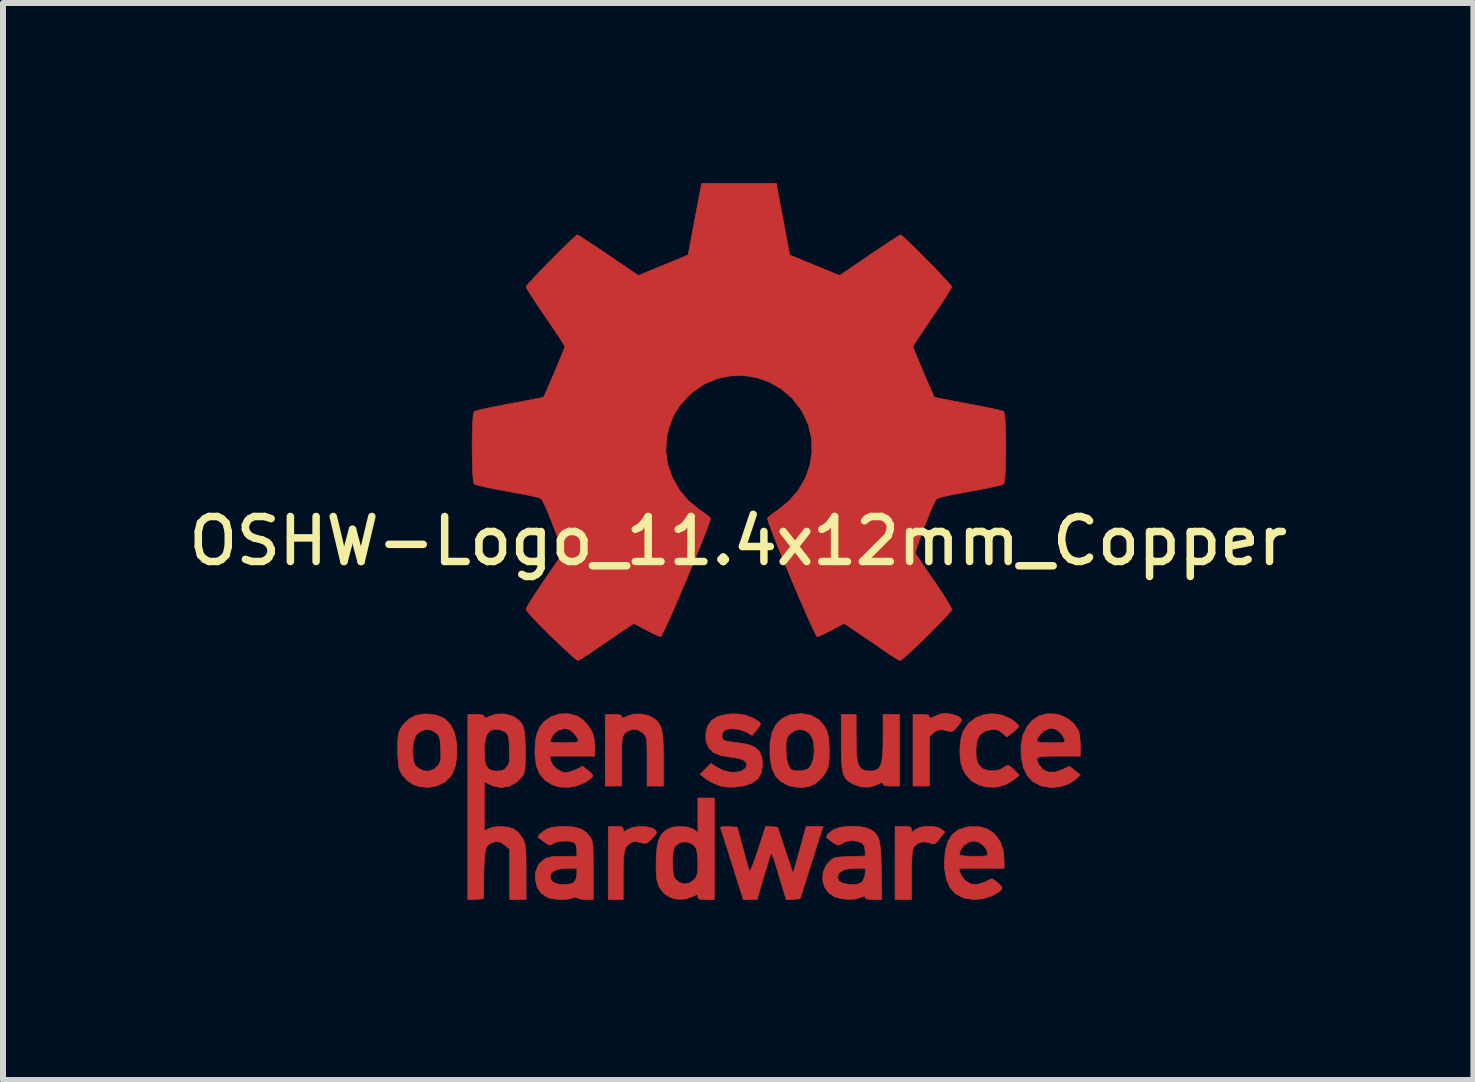
<source format=kicad_pcb>
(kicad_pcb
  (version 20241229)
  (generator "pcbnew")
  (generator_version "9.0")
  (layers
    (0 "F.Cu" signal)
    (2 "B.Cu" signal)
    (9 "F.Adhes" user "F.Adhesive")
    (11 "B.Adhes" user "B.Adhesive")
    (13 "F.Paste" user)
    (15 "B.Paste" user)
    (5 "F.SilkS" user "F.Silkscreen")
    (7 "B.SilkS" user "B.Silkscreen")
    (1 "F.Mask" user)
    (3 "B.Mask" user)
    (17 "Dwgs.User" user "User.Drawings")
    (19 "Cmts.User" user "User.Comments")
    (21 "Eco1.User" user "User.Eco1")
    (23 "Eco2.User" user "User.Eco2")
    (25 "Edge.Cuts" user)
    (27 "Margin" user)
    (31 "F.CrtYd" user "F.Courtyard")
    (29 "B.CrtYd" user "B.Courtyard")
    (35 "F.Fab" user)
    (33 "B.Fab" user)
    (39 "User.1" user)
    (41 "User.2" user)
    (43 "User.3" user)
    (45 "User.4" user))
  (footprint "OSHW-Logo_11.4x12mm_Copper"
    (layer "F.Cu")
    (at 9.255 5.969)
    (property "Reference" "OSHW-Logo_11.4x12mm_Copper" (at 0 0 0) (layer "F.SilkS") (effects (font (size 0.75 0.75) (thickness 0.125))))
    (attr exclude_from_pos_files exclude_from_bom)
    (fp_poly (pts (xy 3.564 2.887) (xy 3.649 2.914) (xy 3.704 2.947) (xy 3.722 2.973) (xy 3.717 3.004) (xy 3.685 3.053) (xy 3.658 3.087) (xy 3.602 3.149) (xy 3.56 3.176) (xy 3.524 3.174) (xy 3.418 3.147) (xy 3.34 3.148) (xy 3.277 3.179) (xy 3.256 3.197) (xy 3.187 3.26) (xy 3.187 4.084) (xy 2.914 4.084) (xy 2.914 2.889) (xy 3.05 2.889) (xy 3.133 2.892) (xy 3.175 2.903) (xy 3.187 2.926) (xy 3.187 2.927) (xy 3.193 2.95) (xy 3.22 2.947) (xy 3.256 2.93) (xy 3.331 2.898) (xy 3.392 2.879) (xy 3.471 2.874) (xy 3.564 2.887)) (stroke (width 0.01) (type solid)) (fill yes) (layer "F.Cu"))
    (fp_poly (pts (xy 3.238 4.756) (xy 3.334 4.775) (xy 3.389 4.803) (xy 3.446 4.849) (xy 3.364 4.952) (xy 3.314 5.014) (xy 3.28 5.045) (xy 3.246 5.05) (xy 3.196 5.035) (xy 3.173 5.026) (xy 3.078 5.014) (xy 2.991 5.04) (xy 2.927 5.101) (xy 2.917 5.12) (xy 2.905 5.171) (xy 2.897 5.266) (xy 2.891 5.396) (xy 2.889 5.556) (xy 2.889 5.579) (xy 2.889 5.976) (xy 2.615 5.976) (xy 2.615 4.756) (xy 2.752 4.756) (xy 2.831 4.758) (xy 2.872 4.768) (xy 2.887 4.788) (xy 2.889 4.808) (xy 2.889 4.859) (xy 2.954 4.808) (xy 3.029 4.773) (xy 3.131 4.755) (xy 3.238 4.756)) (stroke (width 0.01) (type solid)) (fill yes) (layer "F.Cu"))
    (fp_poly (pts (xy -1.967 4.759) (xy -1.93 4.77) (xy -1.918 4.795) (xy -1.917 4.806) (xy -1.915 4.837) (xy -1.9 4.841) (xy -1.86 4.82) (xy -1.837 4.806) (xy -1.761 4.775) (xy -1.672 4.76) (xy -1.577 4.758) (xy -1.489 4.77) (xy -1.417 4.792) (xy -1.372 4.824) (xy -1.363 4.865) (xy -1.367 4.875) (xy -1.4 4.921) (xy -1.452 4.976) (xy -1.461 4.985) (xy -1.51 5.026) (xy -1.552 5.04) (xy -1.611 5.03) (xy -1.635 5.024) (xy -1.708 5.009) (xy -1.76 5.016) (xy -1.804 5.039) (xy -1.844 5.071) (xy -1.874 5.111) (xy -1.894 5.166) (xy -1.907 5.245) (xy -1.914 5.355) (xy -1.917 5.503) (xy -1.917 5.592) (xy -1.917 5.976) (xy -2.166 5.976) (xy -2.166 4.756) (xy -2.042 4.756) (xy -1.967 4.759)) (stroke (width 0.01) (type solid)) (fill yes) (layer "F.Cu"))
    (fp_poly (pts (xy 1.967 3.276) (xy 1.97 3.459) (xy 1.978 3.598) (xy 1.995 3.698) (xy 2.023 3.766) (xy 2.065 3.808) (xy 2.121 3.828) (xy 2.191 3.833) (xy 2.265 3.827) (xy 2.321 3.806) (xy 2.361 3.763) (xy 2.389 3.694) (xy 2.405 3.591) (xy 2.413 3.451) (xy 2.415 3.276) (xy 2.415 2.889) (xy 2.689 2.889) (xy 2.689 4.084) (xy 2.552 4.084) (xy 2.47 4.081) (xy 2.427 4.069) (xy 2.415 4.047) (xy 2.408 4.027) (xy 2.38 4.031) (xy 2.322 4.059) (xy 2.191 4.102) (xy 2.051 4.099) (xy 1.918 4.052) (xy 1.854 4.015) (xy 1.806 3.975) (xy 1.77 3.924) (xy 1.746 3.857) (xy 1.73 3.765) (xy 1.722 3.642) (xy 1.719 3.481) (xy 1.718 3.356) (xy 1.718 2.889) (xy 1.967 2.889) (xy 1.967 3.276)) (stroke (width 0.01) (type solid)) (fill yes) (layer "F.Cu"))
    (fp_poly (pts (xy -1.493 2.909) (xy -1.431 2.939) (xy -1.371 2.982) (xy -1.326 3.031) (xy -1.292 3.094) (xy -1.269 3.177) (xy -1.255 3.288) (xy -1.248 3.434) (xy -1.246 3.622) (xy -1.246 3.642) (xy -1.245 4.084) (xy -1.519 4.084) (xy -1.519 3.676) (xy -1.519 3.525) (xy -1.521 3.416) (xy -1.524 3.34) (xy -1.531 3.289) (xy -1.543 3.255) (xy -1.56 3.229) (xy -1.585 3.203) (xy -1.67 3.149) (xy -1.762 3.138) (xy -1.851 3.173) (xy -1.881 3.199) (xy -1.904 3.223) (xy -1.92 3.249) (xy -1.931 3.285) (xy -1.937 3.339) (xy -1.941 3.418) (xy -1.942 3.533) (xy -1.942 3.672) (xy -1.942 4.084) (xy -2.216 4.084) (xy -2.216 2.889) (xy -2.079 2.889) (xy -1.997 2.892) (xy -1.955 2.903) (xy -1.942 2.926) (xy -1.942 2.927) (xy -1.937 2.949) (xy -1.911 2.946) (xy -1.861 2.922) (xy -1.748 2.886) (xy -1.618 2.882) (xy -1.493 2.909)) (stroke (width 0.01) (type solid)) (fill yes) (layer "F.Cu"))
    (fp_poly (pts (xy 4.391 2.899) (xy 4.535 2.96) (xy 4.581 2.99) (xy 4.639 3.036) (xy 4.675 3.072) (xy 4.682 3.084) (xy 4.664 3.11) (xy 4.618 3.154) (xy 4.581 3.185) (xy 4.481 3.266) (xy 4.402 3.199) (xy 4.341 3.156) (xy 4.281 3.141) (xy 4.213 3.145) (xy 4.104 3.172) (xy 4.03 3.228) (xy 3.985 3.318) (xy 3.964 3.448) (xy 3.964 3.449) (xy 3.966 3.594) (xy 3.993 3.701) (xy 4.049 3.774) (xy 4.086 3.799) (xy 4.186 3.829) (xy 4.293 3.829) (xy 4.386 3.8) (xy 4.408 3.785) (xy 4.463 3.748) (xy 4.506 3.742) (xy 4.552 3.769) (xy 4.604 3.819) (xy 4.685 3.903) (xy 4.595 3.978) (xy 4.455 4.062) (xy 4.298 4.103) (xy 4.134 4.1) (xy 4.026 4.072) (xy 3.899 4.005) (xy 3.798 3.898) (xy 3.753 3.822) (xy 3.715 3.714) (xy 3.697 3.577) (xy 3.697 3.429) (xy 3.715 3.286) (xy 3.751 3.167) (xy 3.757 3.155) (xy 3.842 3.035) (xy 3.957 2.947) (xy 4.093 2.894) (xy 4.24 2.878) (xy 4.391 2.899)) (stroke (width 0.01) (type solid)) (fill yes) (layer "F.Cu"))
    (fp_poly (pts (xy 1.21 2.903) (xy 1.336 2.972) (xy 1.434 3.08) (xy 1.48 3.168) (xy 1.5 3.246) (xy 1.513 3.357) (xy 1.519 3.485) (xy 1.517 3.613) (xy 1.506 3.726) (xy 1.494 3.786) (xy 1.454 3.868) (xy 1.383 3.956) (xy 1.298 4.032) (xy 1.214 4.082) (xy 1.212 4.082) (xy 1.108 4.104) (xy 0.985 4.105) (xy 0.867 4.085) (xy 0.822 4.069) (xy 0.705 4.003) (xy 0.622 3.916) (xy 0.567 3.801) (xy 0.536 3.651) (xy 0.529 3.572) (xy 0.53 3.473) (xy 0.797 3.473) (xy 0.806 3.618) (xy 0.832 3.728) (xy 0.873 3.798) (xy 0.902 3.818) (xy 0.977 3.832) (xy 1.066 3.828) (xy 1.144 3.808) (xy 1.164 3.797) (xy 1.217 3.732) (xy 1.252 3.633) (xy 1.267 3.513) (xy 1.26 3.383) (xy 1.244 3.306) (xy 1.197 3.216) (xy 1.123 3.16) (xy 1.033 3.14) (xy 0.941 3.16) (xy 0.87 3.21) (xy 0.832 3.252) (xy 0.811 3.292) (xy 0.8 3.347) (xy 0.797 3.432) (xy 0.797 3.473) (xy 0.53 3.473) (xy 0.531 3.362) (xy 0.565 3.189) (xy 0.632 3.055) (xy 0.731 2.958) (xy 0.862 2.899) (xy 0.89 2.892) (xy 1.06 2.876) (xy 1.21 2.903)) (stroke (width 0.01) (type solid)) (fill yes) (layer "F.Cu"))
    (fp_poly (pts (xy 0.558 4.761) (xy 0.656 4.769) (xy 0.785 5.155) (xy 0.914 5.541) (xy 0.954 5.404) (xy 0.978 5.319) (xy 1.01 5.205) (xy 1.045 5.079) (xy 1.063 5.012) (xy 1.132 4.756) (xy 1.415 4.756) (xy 1.33 5.024) (xy 1.288 5.156) (xy 1.238 5.314) (xy 1.185 5.48) (xy 1.139 5.628) (xy 1.032 5.964) (xy 0.801 5.979) (xy 0.738 5.772) (xy 0.699 5.644) (xy 0.657 5.502) (xy 0.62 5.377) (xy 0.619 5.372) (xy 0.592 5.288) (xy 0.567 5.23) (xy 0.55 5.208) (xy 0.547 5.21) (xy 0.534 5.244) (xy 0.511 5.317) (xy 0.48 5.419) (xy 0.443 5.542) (xy 0.423 5.609) (xy 0.315 5.976) (xy 0.086 5.976) (xy -0.098 5.397) (xy -0.149 5.235) (xy -0.196 5.088) (xy -0.236 4.962) (xy -0.267 4.865) (xy -0.287 4.804) (xy -0.293 4.786) (xy -0.288 4.768) (xy -0.251 4.76) (xy -0.173 4.761) (xy -0.16 4.761) (xy -0.016 4.769) (xy 0.079 5.117) (xy 0.114 5.244) (xy 0.145 5.356) (xy 0.17 5.443) (xy 0.185 5.495) (xy 0.188 5.503) (xy 0.2 5.494) (xy 0.224 5.443) (xy 0.257 5.359) (xy 0.297 5.248) (xy 0.331 5.147) (xy 0.459 4.754) (xy 0.558 4.761)) (stroke (width 0.01) (type solid)) (fill yes) (layer "F.Cu"))
    (fp_poly (pts (xy -5.027 2.902) (xy -4.896 2.959) (xy -4.798 3.055) (xy -4.73 3.19) (xy -4.693 3.364) (xy -4.691 3.391) (xy -4.689 3.582) (xy -4.715 3.75) (xy -4.769 3.886) (xy -4.798 3.93) (xy -4.898 4.022) (xy -5.025 4.082) (xy -5.168 4.107) (xy -5.314 4.094) (xy -5.424 4.055) (xy -5.52 3.99) (xy -5.597 3.904) (xy -5.599 3.902) (xy -5.63 3.849) (xy -5.651 3.795) (xy -5.663 3.728) (xy -5.671 3.633) (xy -5.674 3.555) (xy -5.675 3.484) (xy -5.426 3.484) (xy -5.424 3.554) (xy -5.415 3.648) (xy -5.399 3.708) (xy -5.371 3.751) (xy -5.345 3.776) (xy -5.252 3.828) (xy -5.154 3.835) (xy -5.063 3.798) (xy -5.018 3.755) (xy -4.985 3.713) (xy -4.966 3.672) (xy -4.957 3.619) (xy -4.957 3.54) (xy -4.959 3.467) (xy -4.965 3.363) (xy -4.974 3.295) (xy -4.99 3.251) (xy -5.017 3.217) (xy -5.038 3.198) (xy -5.127 3.147) (xy -5.223 3.145) (xy -5.303 3.175) (xy -5.372 3.237) (xy -5.413 3.34) (xy -5.426 3.484) (xy -5.675 3.484) (xy -5.677 3.4) (xy -5.672 3.284) (xy -5.657 3.196) (xy -5.63 3.128) (xy -5.588 3.067) (xy -5.573 3.049) (xy -5.478 2.959) (xy -5.375 2.906) (xy -5.25 2.884) (xy -5.189 2.882) (xy -5.027 2.902)) (stroke (width 0.01) (type solid)) (fill yes) (layer "F.Cu"))
    (fp_poly (pts (xy -0.398 5.976) (xy -0.535 5.976) (xy -0.615 5.974) (xy -0.656 5.964) (xy -0.671 5.944) (xy -0.672 5.929) (xy -0.675 5.901) (xy -0.691 5.895) (xy -0.732 5.913) (xy -0.765 5.929) (xy -0.889 5.968) (xy -1.024 5.97) (xy -1.134 5.941) (xy -1.237 5.872) (xy -1.315 5.769) (xy -1.357 5.647) (xy -1.358 5.64) (xy -1.365 5.566) (xy -1.368 5.46) (xy -1.368 5.379) (xy -1.096 5.379) (xy -1.089 5.486) (xy -1.075 5.574) (xy -1.056 5.624) (xy -0.982 5.692) (xy -0.895 5.717) (xy -0.805 5.697) (xy -0.728 5.638) (xy -0.699 5.598) (xy -0.682 5.551) (xy -0.674 5.482) (xy -0.672 5.379) (xy -0.676 5.276) (xy -0.685 5.186) (xy -0.698 5.126) (xy -0.7 5.12) (xy -0.754 5.056) (xy -0.831 5.021) (xy -0.918 5.015) (xy -0.998 5.039) (xy -1.058 5.095) (xy -1.064 5.106) (xy -1.083 5.173) (xy -1.094 5.269) (xy -1.096 5.379) (xy -1.368 5.379) (xy -1.368 5.338) (xy -1.366 5.273) (xy -1.354 5.111) (xy -1.328 4.99) (xy -1.286 4.9) (xy -1.224 4.834) (xy -1.163 4.795) (xy -1.078 4.767) (xy -0.972 4.758) (xy -0.864 4.765) (xy -0.772 4.789) (xy -0.723 4.818) (xy -0.672 4.864) (xy -0.672 4.283) (xy -0.398 4.283) (xy -0.398 5.976)) (stroke (width 0.01) (type solid)) (fill yes) (layer "F.Cu"))
    (fp_poly (pts (xy 5.303 2.884) (xy 5.367 2.9) (xy 5.489 2.957) (xy 5.594 3.043) (xy 5.666 3.147) (xy 5.676 3.17) (xy 5.69 3.231) (xy 5.699 3.322) (xy 5.703 3.413) (xy 5.703 3.586) (xy 5.341 3.586) (xy 5.193 3.586) (xy 5.088 3.59) (xy 5.021 3.599) (xy 4.987 3.616) (xy 4.979 3.643) (xy 4.992 3.684) (xy 5.016 3.732) (xy 5.082 3.811) (xy 5.174 3.851) (xy 5.286 3.85) (xy 5.412 3.807) (xy 5.522 3.753) (xy 5.613 3.825) (xy 5.704 3.897) (xy 5.619 3.976) (xy 5.504 4.051) (xy 5.364 4.096) (xy 5.212 4.109) (xy 5.066 4.086) (xy 5.043 4.078) (xy 4.914 4.011) (xy 4.819 3.911) (xy 4.754 3.775) (xy 4.718 3.6) (xy 4.718 3.597) (xy 4.714 3.406) (xy 4.727 3.338) (xy 4.98 3.338) (xy 5.004 3.348) (xy 5.067 3.357) (xy 5.16 3.361) (xy 5.219 3.362) (xy 5.329 3.361) (xy 5.397 3.359) (xy 5.433 3.351) (xy 5.446 3.337) (xy 5.443 3.315) (xy 5.44 3.306) (xy 5.395 3.223) (xy 5.325 3.156) (xy 5.263 3.127) (xy 5.181 3.128) (xy 5.098 3.165) (xy 5.028 3.226) (xy 4.986 3.299) (xy 4.98 3.338) (xy 4.727 3.338) (xy 4.746 3.238) (xy 4.81 3.098) (xy 4.901 2.988) (xy 5.016 2.913) (xy 5.151 2.877) (xy 5.303 2.884)) (stroke (width 0.01) (type solid)) (fill yes) (layer "F.Cu"))
    (fp_poly (pts (xy 0.028 2.884) (xy 0.122 2.902) (xy 0.22 2.94) (xy 0.23 2.944) (xy 0.305 2.983) (xy 0.356 3.02) (xy 0.373 3.043) (xy 0.357 3.081) (xy 0.318 3.137) (xy 0.301 3.158) (xy 0.231 3.24) (xy 0.14 3.186) (xy 0.054 3.151) (xy -0.045 3.132) (xy -0.141 3.13) (xy -0.215 3.148) (xy -0.233 3.159) (xy -0.266 3.211) (xy -0.271 3.27) (xy -0.245 3.316) (xy -0.23 3.324) (xy -0.186 3.336) (xy -0.107 3.349) (xy -0.01 3.361) (xy 0.008 3.363) (xy 0.164 3.39) (xy 0.278 3.436) (xy 0.353 3.505) (xy 0.394 3.601) (xy 0.407 3.719) (xy 0.389 3.852) (xy 0.331 3.957) (xy 0.232 4.034) (xy 0.093 4.082) (xy -0.062 4.101) (xy -0.189 4.101) (xy -0.291 4.083) (xy -0.361 4.059) (xy -0.45 4.018) (xy -0.531 3.97) (xy -0.56 3.949) (xy -0.635 3.888) (xy -0.545 3.797) (xy -0.455 3.705) (xy -0.352 3.773) (xy -0.25 3.824) (xy -0.14 3.851) (xy -0.034 3.853) (xy 0.056 3.833) (xy 0.119 3.789) (xy 0.139 3.753) (xy 0.136 3.694) (xy 0.085 3.649) (xy -0.013 3.618) (xy -0.121 3.604) (xy -0.287 3.576) (xy -0.41 3.525) (xy -0.492 3.447) (xy -0.535 3.343) (xy -0.541 3.218) (xy -0.512 3.089) (xy -0.445 2.991) (xy -0.34 2.924) (xy -0.196 2.888) (xy -0.089 2.881) (xy 0.028 2.884)) (stroke (width 0.01) (type solid)) (fill yes) (layer "F.Cu"))
    (fp_poly (pts (xy 4.025 4.763) (xy 4.144 4.794) (xy 4.244 4.858) (xy 4.292 4.905) (xy 4.371 5.018) (xy 4.417 5.149) (xy 4.432 5.31) (xy 4.432 5.323) (xy 4.433 5.454) (xy 3.68 5.454) (xy 3.696 5.522) (xy 3.725 5.584) (xy 3.776 5.649) (xy 3.786 5.659) (xy 3.877 5.715) (xy 3.981 5.724) (xy 4.101 5.688) (xy 4.121 5.678) (xy 4.183 5.648) (xy 4.225 5.63) (xy 4.232 5.629) (xy 4.258 5.644) (xy 4.306 5.682) (xy 4.331 5.702) (xy 4.382 5.75) (xy 4.398 5.781) (xy 4.387 5.81) (xy 4.38 5.817) (xy 4.338 5.852) (xy 4.269 5.894) (xy 4.221 5.918) (xy 4.084 5.961) (xy 3.932 5.975) (xy 3.788 5.958) (xy 3.748 5.946) (xy 3.623 5.88) (xy 3.531 5.777) (xy 3.47 5.637) (xy 3.44 5.459) (xy 3.437 5.366) (xy 3.447 5.231) (xy 3.685 5.231) (xy 3.709 5.241) (xy 3.771 5.249) (xy 3.861 5.254) (xy 3.922 5.254) (xy 4.032 5.254) (xy 4.101 5.25) (xy 4.14 5.242) (xy 4.156 5.227) (xy 4.159 5.205) (xy 4.137 5.138) (xy 4.084 5.072) (xy 4.013 5.021) (xy 3.942 5) (xy 3.846 5.018) (xy 3.763 5.072) (xy 3.705 5.149) (xy 3.685 5.231) (xy 3.447 5.231) (xy 3.451 5.169) (xy 3.494 5.012) (xy 3.566 4.894) (xy 3.668 4.813) (xy 3.802 4.769) (xy 3.875 4.761) (xy 4.025 4.763)) (stroke (width 0.01) (type solid)) (fill yes) (layer "F.Cu"))
    (fp_poly (pts (xy -2.687 2.916) (xy -2.662 2.928) (xy -2.576 2.991) (xy -2.495 3.083) (xy -2.434 3.184) (xy -2.417 3.23) (xy -2.401 3.313) (xy -2.392 3.414) (xy -2.391 3.455) (xy -2.391 3.586) (xy -3.143 3.586) (xy -3.127 3.654) (xy -3.088 3.735) (xy -3.019 3.805) (xy -2.937 3.85) (xy -2.885 3.86) (xy -2.814 3.848) (xy -2.73 3.82) (xy -2.701 3.807) (xy -2.595 3.754) (xy -2.504 3.823) (xy -2.452 3.87) (xy -2.424 3.908) (xy -2.423 3.919) (xy -2.448 3.947) (xy -2.502 3.989) (xy -2.551 4.021) (xy -2.685 4.079) (xy -2.834 4.106) (xy -2.982 4.099) (xy -3.1 4.063) (xy -3.222 3.986) (xy -3.308 3.885) (xy -3.363 3.754) (xy -3.387 3.587) (xy -3.389 3.511) (xy -3.381 3.337) (xy -3.38 3.332) (xy -3.13 3.332) (xy -3.123 3.348) (xy -3.095 3.357) (xy -3.037 3.361) (xy -2.94 3.362) (xy -2.903 3.362) (xy -2.789 3.36) (xy -2.717 3.356) (xy -2.679 3.346) (xy -2.665 3.33) (xy -2.665 3.325) (xy -2.68 3.284) (xy -2.719 3.228) (xy -2.736 3.208) (xy -2.798 3.152) (xy -2.864 3.13) (xy -2.899 3.128) (xy -2.993 3.151) (xy -3.073 3.213) (xy -3.123 3.303) (xy -3.124 3.306) (xy -3.13 3.332) (xy -3.38 3.332) (xy -3.352 3.199) (xy -3.299 3.089) (xy -3.236 3.011) (xy -3.118 2.927) (xy -2.979 2.882) (xy -2.831 2.878) (xy -2.687 2.916)) (stroke (width 0.01) (type solid)) (fill yes) (layer "F.Cu"))
    (fp_poly (pts (xy 2.056 4.764) (xy 2.161 4.789) (xy 2.192 4.803) (xy 2.251 4.838) (xy 2.296 4.878) (xy 2.329 4.929) (xy 2.353 4.999) (xy 2.368 5.093) (xy 2.378 5.22) (xy 2.384 5.386) (xy 2.386 5.497) (xy 2.394 5.976) (xy 2.256 5.976) (xy 2.171 5.973) (xy 2.128 5.961) (xy 2.117 5.941) (xy 2.111 5.919) (xy 2.084 5.923) (xy 2.048 5.94) (xy 1.958 5.967) (xy 1.842 5.975) (xy 1.72 5.963) (xy 1.611 5.932) (xy 1.602 5.928) (xy 1.503 5.859) (xy 1.437 5.762) (xy 1.407 5.649) (xy 1.41 5.608) (xy 1.655 5.608) (xy 1.676 5.663) (xy 1.74 5.702) (xy 1.844 5.723) (xy 1.899 5.726) (xy 1.991 5.719) (xy 2.052 5.691) (xy 2.067 5.678) (xy 2.107 5.606) (xy 2.117 5.541) (xy 2.117 5.454) (xy 1.995 5.454) (xy 1.854 5.461) (xy 1.755 5.483) (xy 1.693 5.523) (xy 1.679 5.541) (xy 1.655 5.608) (xy 1.41 5.608) (xy 1.414 5.53) (xy 1.459 5.417) (xy 1.52 5.34) (xy 1.557 5.307) (xy 1.594 5.285) (xy 1.641 5.272) (xy 1.711 5.265) (xy 1.815 5.26) (xy 1.857 5.258) (xy 2.117 5.25) (xy 2.116 5.171) (xy 2.106 5.088) (xy 2.07 5.038) (xy 1.996 5.006) (xy 1.994 5.006) (xy 1.89 4.993) (xy 1.788 5.01) (xy 1.712 5.05) (xy 1.682 5.069) (xy 1.649 5.067) (xy 1.599 5.038) (xy 1.569 5.018) (xy 1.511 4.975) (xy 1.475 4.943) (xy 1.47 4.933) (xy 1.493 4.886) (xy 1.563 4.829) (xy 1.594 4.809) (xy 1.681 4.776) (xy 1.799 4.757) (xy 1.93 4.753) (xy 2.056 4.764)) (stroke (width 0.01) (type solid)) (fill yes) (layer "F.Cu"))
    (fp_poly (pts (xy -2.741 4.766) (xy -2.624 4.797) (xy -2.535 4.854) (xy -2.472 4.928) (xy -2.452 4.96) (xy -2.438 4.993) (xy -2.428 5.035) (xy -2.421 5.095) (xy -2.418 5.179) (xy -2.416 5.296) (xy -2.416 5.453) (xy -2.415 5.495) (xy -2.415 5.976) (xy -2.535 5.976) (xy -2.611 5.971) (xy -2.668 5.958) (xy -2.682 5.949) (xy -2.72 5.935) (xy -2.76 5.949) (xy -2.825 5.967) (xy -2.919 5.974) (xy -3.024 5.971) (xy -3.119 5.958) (xy -3.175 5.941) (xy -3.283 5.872) (xy -3.35 5.776) (xy -3.381 5.648) (xy -3.381 5.645) (xy -3.378 5.588) (xy -3.138 5.588) (xy -3.117 5.652) (xy -3.082 5.689) (xy -3.013 5.716) (xy -2.923 5.727) (xy -2.83 5.722) (xy -2.756 5.7) (xy -2.735 5.686) (xy -2.699 5.622) (xy -2.689 5.549) (xy -2.689 5.454) (xy -2.827 5.454) (xy -2.958 5.464) (xy -3.057 5.492) (xy -3.119 5.537) (xy -3.138 5.588) (xy -3.378 5.588) (xy -3.375 5.505) (xy -3.328 5.394) (xy -3.242 5.311) (xy -3.23 5.303) (xy -3.178 5.278) (xy -3.115 5.263) (xy -3.026 5.256) (xy -2.92 5.254) (xy -2.689 5.254) (xy -2.689 5.158) (xy -2.699 5.083) (xy -2.724 5.033) (xy -2.727 5.03) (xy -2.783 5.008) (xy -2.866 5) (xy -2.959 5.004) (xy -3.041 5.02) (xy -3.089 5.044) (xy -3.116 5.063) (xy -3.143 5.067) (xy -3.182 5.051) (xy -3.24 5.012) (xy -3.327 4.945) (xy -3.335 4.939) (xy -3.331 4.916) (xy -3.296 4.877) (xy -3.245 4.835) (xy -3.188 4.799) (xy -3.17 4.79) (xy -3.104 4.773) (xy -3.008 4.761) (xy -2.901 4.756) (xy -2.896 4.756) (xy -2.741 4.766)) (stroke (width 0.01) (type solid)) (fill yes) (layer "F.Cu"))
    (fp_poly (pts (xy -3.78 2.91) (xy -3.728 2.935) (xy -3.663 2.981) (xy -3.616 3.03) (xy -3.583 3.092) (xy -3.563 3.175) (xy -3.553 3.288) (xy -3.549 3.438) (xy -3.549 3.503) (xy -3.549 3.645) (xy -3.552 3.747) (xy -3.558 3.817) (xy -3.568 3.865) (xy -3.584 3.901) (xy -3.6 3.925) (xy -3.704 4.028) (xy -3.826 4.09) (xy -3.958 4.109) (xy -4.091 4.082) (xy -4.133 4.062) (xy -4.233 4.01) (xy -4.233 4.832) (xy -4.16 4.794) (xy -4.063 4.765) (xy -3.944 4.757) (xy -3.825 4.771) (xy -3.736 4.802) (xy -3.661 4.862) (xy -3.598 4.947) (xy -3.593 4.956) (xy -3.573 4.997) (xy -3.558 5.038) (xy -3.548 5.089) (xy -3.541 5.156) (xy -3.538 5.249) (xy -3.536 5.377) (xy -3.536 5.52) (xy -3.536 5.976) (xy -3.81 5.976) (xy -3.81 5.134) (xy -3.887 5.07) (xy -3.966 5.018) (xy -4.042 5.009) (xy -4.117 5.033) (xy -4.158 5.057) (xy -4.188 5.09) (xy -4.209 5.141) (xy -4.224 5.216) (xy -4.233 5.323) (xy -4.238 5.469) (xy -4.24 5.566) (xy -4.246 5.964) (xy -4.377 5.972) (xy -4.507 5.979) (xy -4.507 3.507) (xy -4.233 3.507) (xy -4.226 3.644) (xy -4.203 3.74) (xy -4.159 3.8) (xy -4.091 3.829) (xy -4.022 3.835) (xy -3.944 3.828) (xy -3.892 3.802) (xy -3.859 3.766) (xy -3.834 3.729) (xy -3.819 3.687) (xy -3.812 3.628) (xy -3.812 3.539) (xy -3.814 3.465) (xy -3.819 3.354) (xy -3.827 3.281) (xy -3.84 3.234) (xy -3.861 3.203) (xy -3.881 3.185) (xy -3.965 3.146) (xy -4.063 3.14) (xy -4.12 3.153) (xy -4.176 3.201) (xy -4.214 3.295) (xy -4.232 3.433) (xy -4.233 3.507) (xy -4.507 3.507) (xy -4.507 2.889) (xy -4.37 2.889) (xy -4.288 2.892) (xy -4.246 2.903) (xy -4.233 2.926) (xy -4.233 2.927) (xy -4.228 2.949) (xy -4.202 2.946) (xy -4.152 2.922) (xy -4.036 2.885) (xy -3.905 2.881) (xy -3.78 2.91)) (stroke (width 0.01) (type solid)) (fill yes) (layer "F.Cu"))
    (fp_poly (pts (xy 0.747 -5.367) (xy 0.859 -4.77) (xy 1.275 -4.598) (xy 1.69 -4.427) (xy 2.188 -4.766) (xy 2.328 -4.86) (xy 2.454 -4.945) (xy 2.561 -5.015) (xy 2.643 -5.067) (xy 2.693 -5.098) (xy 2.707 -5.105) (xy 2.732 -5.088) (xy 2.785 -5.041) (xy 2.86 -4.969) (xy 2.952 -4.88) (xy 3.054 -4.778) (xy 3.161 -4.67) (xy 3.266 -4.563) (xy 3.363 -4.461) (xy 3.447 -4.372) (xy 3.512 -4.301) (xy 3.552 -4.253) (xy 3.561 -4.238) (xy 3.547 -4.209) (xy 3.509 -4.145) (xy 3.451 -4.053) (xy 3.376 -3.939) (xy 3.288 -3.809) (xy 3.237 -3.734) (xy 3.145 -3.599) (xy 3.063 -3.477) (xy 2.995 -3.374) (xy 2.945 -3.296) (xy 2.918 -3.25) (xy 2.914 -3.24) (xy 2.923 -3.213) (xy 2.948 -3.149) (xy 2.986 -3.057) (xy 3.032 -2.946) (xy 3.083 -2.826) (xy 3.134 -2.706) (xy 3.182 -2.594) (xy 3.224 -2.5) (xy 3.254 -2.432) (xy 3.271 -2.399) (xy 3.272 -2.398) (xy 3.297 -2.392) (xy 3.364 -2.378) (xy 3.466 -2.358) (xy 3.597 -2.333) (xy 3.748 -2.304) (xy 3.837 -2.288) (xy 3.998 -2.257) (xy 4.145 -2.228) (xy 4.268 -2.201) (xy 4.36 -2.18) (xy 4.415 -2.165) (xy 4.426 -2.16) (xy 4.437 -2.127) (xy 4.446 -2.053) (xy 4.452 -1.947) (xy 4.457 -1.817) (xy 4.46 -1.671) (xy 4.46 -1.519) (xy 4.458 -1.369) (xy 4.455 -1.23) (xy 4.449 -1.11) (xy 4.441 -1.018) (xy 4.431 -0.962) (xy 4.425 -0.951) (xy 4.39 -0.937) (xy 4.316 -0.917) (xy 4.212 -0.894) (xy 4.089 -0.869) (xy 4.046 -0.861) (xy 3.838 -0.823) (xy 3.674 -0.792) (xy 3.548 -0.768) (xy 3.455 -0.748) (xy 3.389 -0.733) (xy 3.346 -0.719) (xy 3.318 -0.707) (xy 3.302 -0.696) (xy 3.3 -0.693) (xy 3.278 -0.656) (xy 3.243 -0.583) (xy 3.2 -0.483) (xy 3.153 -0.366) (xy 3.103 -0.241) (xy 3.056 -0.115) (xy 3.014 0.001) (xy 2.981 0.099) (xy 2.96 0.171) (xy 2.954 0.206) (xy 2.954 0.207) (xy 2.973 0.236) (xy 3.016 0.299) (xy 3.078 0.39) (xy 3.154 0.502) (xy 3.241 0.629) (xy 3.266 0.665) (xy 3.355 0.796) (xy 3.433 0.915) (xy 3.496 1.016) (xy 3.539 1.092) (xy 3.56 1.136) (xy 3.561 1.142) (xy 3.544 1.17) (xy 3.496 1.226) (xy 3.424 1.304) (xy 3.334 1.397) (xy 3.232 1.501) (xy 3.124 1.608) (xy 3.016 1.712) (xy 2.914 1.809) (xy 2.825 1.89) (xy 2.755 1.952) (xy 2.709 1.986) (xy 2.696 1.992) (xy 2.667 1.979) (xy 2.607 1.943) (xy 2.526 1.89) (xy 2.463 1.847) (xy 2.35 1.769) (xy 2.216 1.678) (xy 2.081 1.586) (xy 2.009 1.537) (xy 1.764 1.372) (xy 1.559 1.483) (xy 1.465 1.531) (xy 1.385 1.569) (xy 1.331 1.591) (xy 1.318 1.594) (xy 1.301 1.572) (xy 1.269 1.509) (xy 1.223 1.412) (xy 1.165 1.285) (xy 1.099 1.136) (xy 1.027 0.969) (xy 0.951 0.791) (xy 0.873 0.607) (xy 0.796 0.422) (xy 0.723 0.244) (xy 0.655 0.077) (xy 0.596 -0.072) (xy 0.547 -0.199) (xy 0.511 -0.297) (xy 0.491 -0.36) (xy 0.488 -0.381) (xy 0.513 -0.409) (xy 0.57 -0.454) (xy 0.644 -0.506) (xy 0.651 -0.51) (xy 0.844 -0.665) (xy 1 -0.846) (xy 1.117 -1.046) (xy 1.194 -1.261) (xy 1.229 -1.484) (xy 1.222 -1.71) (xy 1.17 -1.933) (xy 1.073 -2.147) (xy 1.044 -2.194) (xy 0.896 -2.383) (xy 0.72 -2.534) (xy 0.524 -2.648) (xy 0.313 -2.723) (xy 0.093 -2.759) (xy -0.13 -2.753) (xy -0.349 -2.707) (xy -0.559 -2.619) (xy -0.753 -2.488) (xy -0.813 -2.435) (xy -0.966 -2.269) (xy -1.077 -2.093) (xy -1.153 -1.897) (xy -1.196 -1.703) (xy -1.206 -1.484) (xy -1.171 -1.264) (xy -1.094 -1.051) (xy -0.979 -0.851) (xy -0.829 -0.673) (xy -0.647 -0.523) (xy -0.623 -0.507) (xy -0.548 -0.456) (xy -0.49 -0.411) (xy -0.463 -0.382) (xy -0.462 -0.381) (xy -0.468 -0.35) (xy -0.492 -0.28) (xy -0.53 -0.176) (xy -0.581 -0.045) (xy -0.642 0.109) (xy -0.711 0.278) (xy -0.786 0.458) (xy -0.863 0.643) (xy -0.941 0.826) (xy -1.016 1.003) (xy -1.088 1.167) (xy -1.152 1.312) (xy -1.208 1.433) (xy -1.251 1.524) (xy -1.281 1.579) (xy -1.293 1.594) (xy -1.329 1.582) (xy -1.397 1.552) (xy -1.485 1.508) (xy -1.534 1.483) (xy -1.739 1.372) (xy -1.984 1.537) (xy -2.109 1.622) (xy -2.246 1.715) (xy -2.374 1.803) (xy -2.438 1.847) (xy -2.528 1.908) (xy -2.605 1.956) (xy -2.658 1.986) (xy -2.675 1.992) (xy -2.7 1.975) (xy -2.755 1.928) (xy -2.835 1.856) (xy -2.934 1.764) (xy -3.048 1.656) (xy -3.12 1.587) (xy -3.245 1.464) (xy -3.354 1.353) (xy -3.441 1.26) (xy -3.503 1.19) (xy -3.534 1.147) (xy -3.537 1.138) (xy -3.523 1.105) (xy -3.485 1.038) (xy -3.426 0.944) (xy -3.352 0.829) (xy -3.266 0.701) (xy -3.241 0.665) (xy -3.152 0.535) (xy -3.072 0.418) (xy -3.006 0.321) (xy -2.958 0.25) (xy -2.932 0.211) (xy -2.93 0.207) (xy -2.933 0.176) (xy -2.953 0.108) (xy -2.985 0.013) (xy -3.026 -0.102) (xy -3.073 -0.227) (xy -3.123 -0.353) (xy -3.171 -0.472) (xy -3.214 -0.574) (xy -3.25 -0.65) (xy -3.273 -0.691) (xy -3.275 -0.693) (xy -3.29 -0.705) (xy -3.314 -0.717) (xy -3.355 -0.73) (xy -3.416 -0.745) (xy -3.503 -0.764) (xy -3.622 -0.787) (xy -3.779 -0.816) (xy -3.978 -0.853) (xy -4.021 -0.861) (xy -4.149 -0.886) (xy -4.26 -0.91) (xy -4.345 -0.931) (xy -4.394 -0.947) (xy -4.401 -0.951) (xy -4.411 -0.984) (xy -4.42 -1.058) (xy -4.427 -1.165) (xy -4.432 -1.295) (xy -4.434 -1.441) (xy -4.435 -1.593) (xy -4.434 -1.743) (xy -4.43 -1.882) (xy -4.425 -2.002) (xy -4.417 -2.093) (xy -4.407 -2.148) (xy -4.401 -2.16) (xy -4.369 -2.171) (xy -4.295 -2.19) (xy -4.186 -2.214) (xy -4.051 -2.242) (xy -3.896 -2.272) (xy -3.812 -2.288) (xy -3.652 -2.318) (xy -3.509 -2.345) (xy -3.391 -2.368) (xy -3.304 -2.385) (xy -3.255 -2.396) (xy -3.247 -2.398) (xy -3.233 -2.424) (xy -3.204 -2.487) (xy -3.164 -2.578) (xy -3.117 -2.688) (xy -3.065 -2.808) (xy -3.014 -2.929) (xy -2.967 -3.042) (xy -2.928 -3.137) (xy -2.901 -3.206) (xy -2.889 -3.24) (xy -2.889 -3.241) (xy -2.902 -3.268) (xy -2.94 -3.329) (xy -2.999 -3.42) (xy -3.074 -3.532) (xy -3.161 -3.661) (xy -3.212 -3.735) (xy -3.305 -3.871) (xy -3.387 -3.995) (xy -3.455 -4.099) (xy -3.505 -4.179) (xy -3.532 -4.227) (xy -3.536 -4.238) (xy -3.519 -4.263) (xy -3.473 -4.317) (xy -3.402 -4.394) (xy -3.314 -4.487) (xy -3.214 -4.59) (xy -3.108 -4.698) (xy -3.002 -4.805) (xy -2.902 -4.904) (xy -2.814 -4.99) (xy -2.743 -5.055) (xy -2.697 -5.095) (xy -2.682 -5.105) (xy -2.656 -5.091) (xy -2.596 -5.054) (xy -2.506 -4.995) (xy -2.393 -4.921) (xy -2.262 -4.833) (xy -2.163 -4.766) (xy -1.665 -4.427) (xy -1.25 -4.598) (xy -0.834 -4.77) (xy -0.722 -5.367) (xy -0.609 -5.964) (xy 0.634 -5.964) (xy 0.747 -5.367)) (stroke (width 0.01) (type solid)) (fill yes) (layer "F.Cu")))
  (gr_rect
    (start -3 -3)
    (end 21.511 14.953)
    (stroke (width 0.1) (type default))
    (fill no)
    (layer "Edge.Cuts")))
</source>
